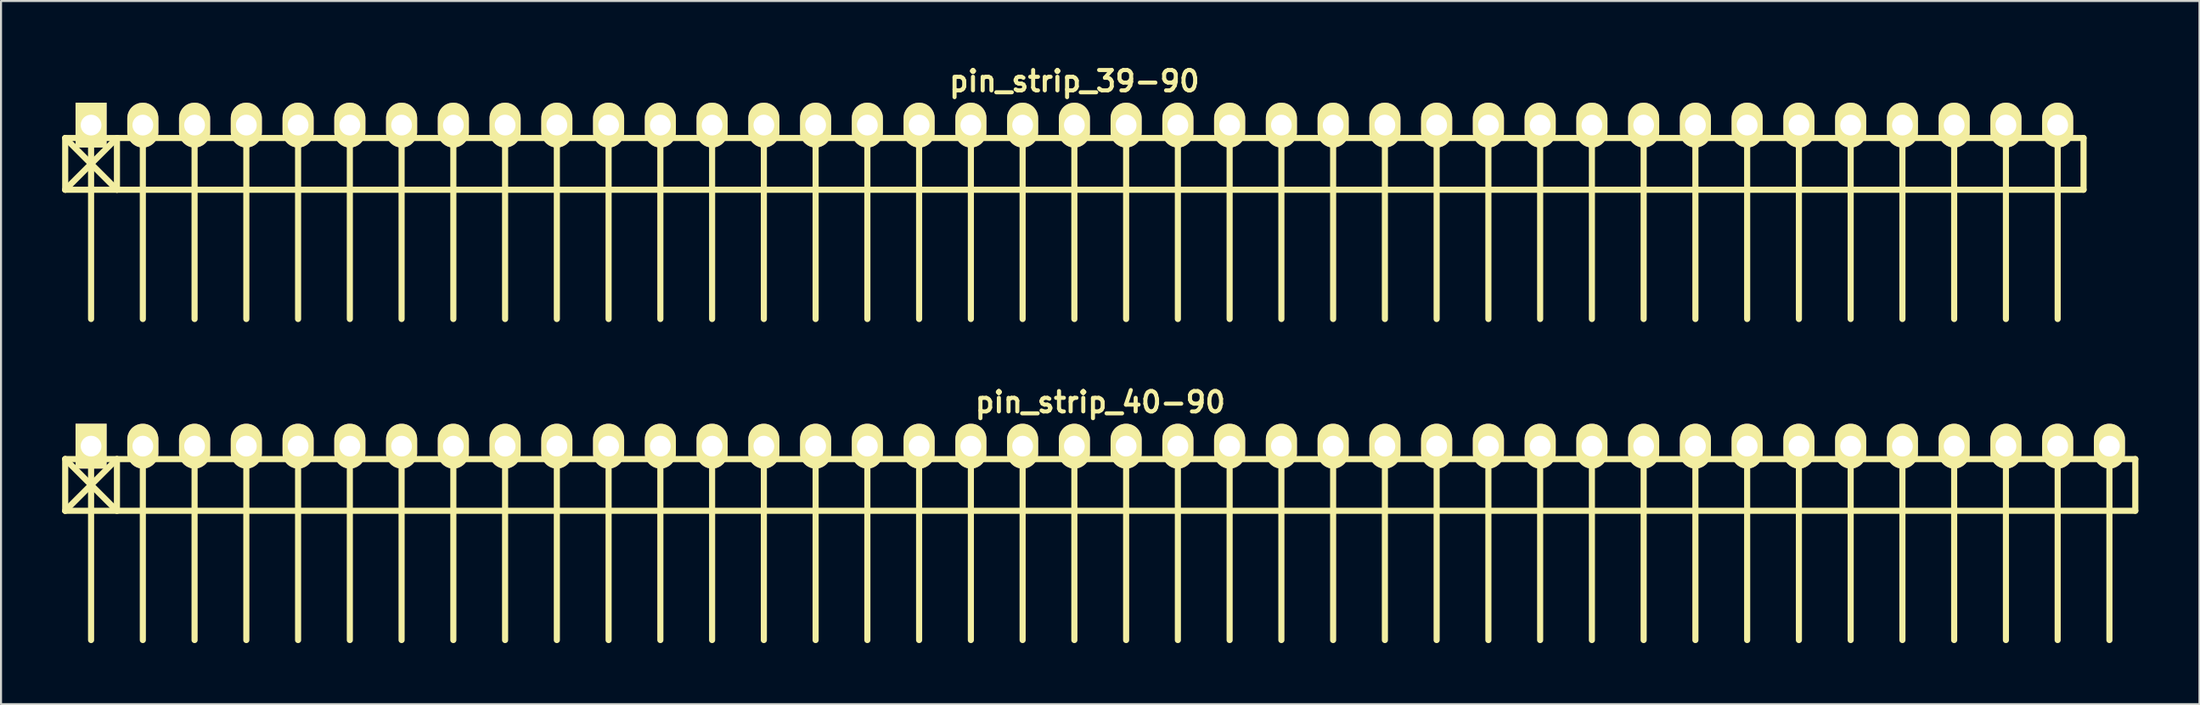
<source format=kicad_pcb>
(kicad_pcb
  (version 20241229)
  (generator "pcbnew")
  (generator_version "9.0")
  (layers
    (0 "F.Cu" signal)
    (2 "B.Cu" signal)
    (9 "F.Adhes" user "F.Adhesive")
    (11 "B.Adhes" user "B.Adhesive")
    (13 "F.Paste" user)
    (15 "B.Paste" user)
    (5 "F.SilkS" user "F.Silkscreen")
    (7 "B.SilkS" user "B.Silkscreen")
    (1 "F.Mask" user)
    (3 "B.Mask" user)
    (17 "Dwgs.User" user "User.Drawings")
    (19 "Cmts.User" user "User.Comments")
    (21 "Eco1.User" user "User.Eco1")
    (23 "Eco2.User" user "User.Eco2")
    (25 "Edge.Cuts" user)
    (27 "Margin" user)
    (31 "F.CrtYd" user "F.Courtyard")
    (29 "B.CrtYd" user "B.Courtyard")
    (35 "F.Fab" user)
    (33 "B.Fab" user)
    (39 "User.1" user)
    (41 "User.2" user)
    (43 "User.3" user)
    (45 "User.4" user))
  (footprint "pin_strip_39-90"
    (layer "F.Cu")
    (at 49.68 3.095)
    (property "Reference" "pin_strip_39-90" (at 0 -2.159 0) (layer "F.SilkS") (effects (font (size 1 1) (thickness 0.2))))
    (attr through_hole)
    (fp_line (start -49.53 0.635) (end 49.53 0.635) (stroke (width 0.3) (type solid)) (layer "F.SilkS"))
    (fp_line (start -49.53 3.175) (end -49.53 0.635) (stroke (width 0.3) (type solid)) (layer "F.SilkS"))
    (fp_line (start -49.53 3.175) (end -46.99 0.635) (stroke (width 0.3) (type solid)) (layer "F.SilkS"))
    (fp_line (start -48.26 0) (end -48.26 9.525) (stroke (width 0.3) (type solid)) (layer "F.SilkS"))
    (fp_line (start -46.99 0.635) (end -46.99 3.175) (stroke (width 0.3) (type solid)) (layer "F.SilkS"))
    (fp_line (start -46.99 3.175) (end -49.53 0.635) (stroke (width 0.3) (type solid)) (layer "F.SilkS"))
    (fp_line (start -45.72 0) (end -45.72 9.525) (stroke (width 0.3) (type solid)) (layer "F.SilkS"))
    (fp_line (start -43.18 9.525) (end -43.18 0) (stroke (width 0.3) (type solid)) (layer "F.SilkS"))
    (fp_line (start -40.64 0) (end -40.64 9.525) (stroke (width 0.3) (type solid)) (layer "F.SilkS"))
    (fp_line (start -38.1 0) (end -38.1 9.525) (stroke (width 0.3) (type solid)) (layer "F.SilkS"))
    (fp_line (start -35.56 0) (end -35.56 9.525) (stroke (width 0.3) (type solid)) (layer "F.SilkS"))
    (fp_line (start -33.02 0) (end -33.02 9.525) (stroke (width 0.3) (type solid)) (layer "F.SilkS"))
    (fp_line (start -30.48 0) (end -30.48 9.525) (stroke (width 0.3) (type solid)) (layer "F.SilkS"))
    (fp_line (start -27.94 0) (end -27.94 9.525) (stroke (width 0.3) (type solid)) (layer "F.SilkS"))
    (fp_line (start -25.4 0) (end -25.4 9.525) (stroke (width 0.3) (type solid)) (layer "F.SilkS"))
    (fp_line (start -22.86 0) (end -22.86 9.525) (stroke (width 0.3) (type solid)) (layer "F.SilkS"))
    (fp_line (start -20.32 0) (end -20.32 9.525) (stroke (width 0.3) (type solid)) (layer "F.SilkS"))
    (fp_line (start -17.78 9.525) (end -17.78 0) (stroke (width 0.3) (type solid)) (layer "F.SilkS"))
    (fp_line (start -15.24 0) (end -15.24 9.525) (stroke (width 0.3) (type solid)) (layer "F.SilkS"))
    (fp_line (start -12.7 0) (end -12.7 9.525) (stroke (width 0.3) (type solid)) (layer "F.SilkS"))
    (fp_line (start -10.16 0) (end -10.16 9.525) (stroke (width 0.3) (type solid)) (layer "F.SilkS"))
    (fp_line (start -7.62 0) (end -7.62 9.525) (stroke (width 0.3) (type solid)) (layer "F.SilkS"))
    (fp_line (start -5.08 0) (end -5.08 9.525) (stroke (width 0.3) (type solid)) (layer "F.SilkS"))
    (fp_line (start -2.54 0) (end -2.54 9.525) (stroke (width 0.3) (type solid)) (layer "F.SilkS"))
    (fp_line (start 0 0) (end 0 9.525) (stroke (width 0.3) (type solid)) (layer "F.SilkS"))
    (fp_line (start 2.54 0) (end 2.54 9.525) (stroke (width 0.3) (type solid)) (layer "F.SilkS"))
    (fp_line (start 5.08 0) (end 5.08 9.525) (stroke (width 0.3) (type solid)) (layer "F.SilkS"))
    (fp_line (start 7.62 9.525) (end 7.62 0) (stroke (width 0.3) (type solid)) (layer "F.SilkS"))
    (fp_line (start 10.16 0) (end 10.16 9.525) (stroke (width 0.3) (type solid)) (layer "F.SilkS"))
    (fp_line (start 12.7 0) (end 12.7 9.525) (stroke (width 0.3) (type solid)) (layer "F.SilkS"))
    (fp_line (start 15.24 0) (end 15.24 9.525) (stroke (width 0.3) (type solid)) (layer "F.SilkS"))
    (fp_line (start 17.78 0) (end 17.78 9.525) (stroke (width 0.3) (type solid)) (layer "F.SilkS"))
    (fp_line (start 20.32 0) (end 20.32 9.525) (stroke (width 0.3) (type solid)) (layer "F.SilkS"))
    (fp_line (start 22.86 0) (end 22.86 9.525) (stroke (width 0.3) (type solid)) (layer "F.SilkS"))
    (fp_line (start 25.4 0) (end 25.4 9.525) (stroke (width 0.3) (type solid)) (layer "F.SilkS"))
    (fp_line (start 27.94 0) (end 27.94 9.525) (stroke (width 0.3) (type solid)) (layer "F.SilkS"))
    (fp_line (start 30.48 0) (end 30.48 9.525) (stroke (width 0.3) (type solid)) (layer "F.SilkS"))
    (fp_line (start 33.02 9.525) (end 33.02 0) (stroke (width 0.3) (type solid)) (layer "F.SilkS"))
    (fp_line (start 35.56 0) (end 35.56 9.525) (stroke (width 0.3) (type solid)) (layer "F.SilkS"))
    (fp_line (start 38.1 0) (end 38.1 9.525) (stroke (width 0.3) (type solid)) (layer "F.SilkS"))
    (fp_line (start 40.64 0) (end 40.64 9.525) (stroke (width 0.3) (type solid)) (layer "F.SilkS"))
    (fp_line (start 43.18 0) (end 43.18 9.525) (stroke (width 0.3) (type solid)) (layer "F.SilkS"))
    (fp_line (start 45.72 0) (end 45.72 9.525) (stroke (width 0.3) (type solid)) (layer "F.SilkS"))
    (fp_line (start 48.26 0) (end 48.26 9.525) (stroke (width 0.3) (type solid)) (layer "F.SilkS"))
    (fp_line (start 49.53 0.635) (end 49.53 3.175) (stroke (width 0.3) (type solid)) (layer "F.SilkS"))
    (fp_line (start 49.53 3.175) (end -49.53 3.175) (stroke (width 0.3) (type solid)) (layer "F.SilkS"))
    (pad "1" thru_hole rect (at -48.26 0) (size 1.524 2.2) (drill 1.02) (layers "*.Cu" "*.Mask" "F.SilkS"))
    (pad "2" thru_hole oval (at -45.72 0) (size 1.524 2.2) (drill 1.02) (layers "*.Cu" "*.Mask" "F.SilkS"))
    (pad "3" thru_hole oval (at -43.18 0) (size 1.524 2.2) (drill 1.02) (layers "*.Cu" "*.Mask" "F.SilkS"))
    (pad "4" thru_hole oval (at -40.64 0) (size 1.524 2.2) (drill 1.02) (layers "*.Cu" "*.Mask" "F.SilkS"))
    (pad "5" thru_hole oval (at -38.1 0) (size 1.524 2.2) (drill 1.02) (layers "*.Cu" "*.Mask" "F.SilkS"))
    (pad "6" thru_hole oval (at -35.56 0) (size 1.524 2.2) (drill 1.02) (layers "*.Cu" "*.Mask" "F.SilkS"))
    (pad "7" thru_hole oval (at -33.02 0) (size 1.524 2.2) (drill 1.02) (layers "*.Cu" "*.Mask" "F.SilkS"))
    (pad "8" thru_hole oval (at -30.48 0) (size 1.524 2.2) (drill 1.02) (layers "*.Cu" "*.Mask" "F.SilkS"))
    (pad "9" thru_hole oval (at -27.94 0) (size 1.524 2.2) (drill 1.02) (layers "*.Cu" "*.Mask" "F.SilkS"))
    (pad "10" thru_hole oval (at -25.4 0) (size 1.524 2.2) (drill 1.02) (layers "*.Cu" "*.Mask" "F.SilkS"))
    (pad "11" thru_hole oval (at -22.86 0) (size 1.524 2.2) (drill 1.02) (layers "*.Cu" "*.Mask" "F.SilkS"))
    (pad "12" thru_hole oval (at -20.32 0) (size 1.524 2.2) (drill 1.02) (layers "*.Cu" "*.Mask" "F.SilkS"))
    (pad "13" thru_hole oval (at -17.78 0) (size 1.524 2.2) (drill 1.02) (layers "*.Cu" "*.Mask" "F.SilkS"))
    (pad "14" thru_hole oval (at -15.24 0) (size 1.524 2.2) (drill 1.02) (layers "*.Cu" "*.Mask" "F.SilkS"))
    (pad "15" thru_hole oval (at -12.7 0) (size 1.524 2.2) (drill 1.02) (layers "*.Cu" "*.Mask" "F.SilkS"))
    (pad "16" thru_hole oval (at -10.16 0) (size 1.524 2.2) (drill 1.02) (layers "*.Cu" "*.Mask" "F.SilkS"))
    (pad "17" thru_hole oval (at -7.62 0) (size 1.524 2.2) (drill 1.02) (layers "*.Cu" "*.Mask" "F.SilkS"))
    (pad "18" thru_hole oval (at -5.08 0) (size 1.524 2.2) (drill 1.02) (layers "*.Cu" "*.Mask" "F.SilkS"))
    (pad "19" thru_hole oval (at -2.54 0) (size 1.524 2.2) (drill 1.02) (layers "*.Cu" "*.Mask" "F.SilkS"))
    (pad "20" thru_hole oval (at 0 0) (size 1.524 2.2) (drill 1.02) (layers "*.Cu" "*.Mask" "F.SilkS"))
    (pad "21" thru_hole oval (at 2.54 0) (size 1.524 2.2) (drill 1.02) (layers "*.Cu" "*.Mask" "F.SilkS"))
    (pad "22" thru_hole oval (at 5.08 0) (size 1.524 2.2) (drill 1.02) (layers "*.Cu" "*.Mask" "F.SilkS"))
    (pad "23" thru_hole oval (at 7.62 0) (size 1.524 2.2) (drill 1.02) (layers "*.Cu" "*.Mask" "F.SilkS"))
    (pad "24" thru_hole oval (at 10.16 0) (size 1.524 2.2) (drill 1.02) (layers "*.Cu" "*.Mask" "F.SilkS"))
    (pad "25" thru_hole oval (at 12.7 0) (size 1.524 2.2) (drill 1.02) (layers "*.Cu" "*.Mask" "F.SilkS"))
    (pad "26" thru_hole oval (at 15.24 0) (size 1.524 2.2) (drill 1.02) (layers "*.Cu" "*.Mask" "F.SilkS"))
    (pad "27" thru_hole oval (at 17.78 0) (size 1.524 2.2) (drill 1.02) (layers "*.Cu" "*.Mask" "F.SilkS"))
    (pad "28" thru_hole oval (at 20.32 0) (size 1.524 2.2) (drill 1.02) (layers "*.Cu" "*.Mask" "F.SilkS"))
    (pad "29" thru_hole oval (at 22.86 0) (size 1.524 2.2) (drill 1.02) (layers "*.Cu" "*.Mask" "F.SilkS"))
    (pad "30" thru_hole oval (at 25.4 0) (size 1.524 2.2) (drill 1.02) (layers "*.Cu" "*.Mask" "F.SilkS"))
    (pad "31" thru_hole oval (at 27.94 0) (size 1.524 2.2) (drill 1.02) (layers "*.Cu" "*.Mask" "F.SilkS"))
    (pad "32" thru_hole oval (at 30.48 0) (size 1.524 2.2) (drill 1.02) (layers "*.Cu" "*.Mask" "F.SilkS"))
    (pad "33" thru_hole oval (at 33.02 0) (size 1.524 2.2) (drill 1.02) (layers "*.Cu" "*.Mask" "F.SilkS"))
    (pad "34" thru_hole oval (at 35.56 0) (size 1.524 2.2) (drill 1.02) (layers "*.Cu" "*.Mask" "F.SilkS"))
    (pad "35" thru_hole oval (at 38.1 0) (size 1.524 2.2) (drill 1.02) (layers "*.Cu" "*.Mask" "F.SilkS"))
    (pad "36" thru_hole oval (at 40.64 0) (size 1.524 2.2) (drill 1.02) (layers "*.Cu" "*.Mask" "F.SilkS"))
    (pad "37" thru_hole oval (at 43.18 0) (size 1.524 2.2) (drill 1.02) (layers "*.Cu" "*.Mask" "F.SilkS"))
    (pad "38" thru_hole oval (at 45.72 0) (size 1.524 2.2) (drill 1.02) (layers "*.Cu" "*.Mask" "F.SilkS"))
    (pad "39" thru_hole oval (at 48.26 0) (size 1.524 2.2) (drill 1.02) (layers "*.Cu" "*.Mask" "F.SilkS")))
  (footprint "pin_strip_40-90"
    (layer "F.Cu")
    (at 50.95 18.865)
    (property "Reference" "pin_strip_40-90" (at 0 -2.159 0) (layer "F.SilkS") (effects (font (size 1 1) (thickness 0.2))))
    (attr through_hole)
    (fp_line (start -50.8 0.635) (end 50.8 0.635) (stroke (width 0.3) (type solid)) (layer "F.SilkS"))
    (fp_line (start -50.8 3.175) (end -50.8 0.635) (stroke (width 0.3) (type solid)) (layer "F.SilkS"))
    (fp_line (start -50.8 3.175) (end -48.26 0.635) (stroke (width 0.3) (type solid)) (layer "F.SilkS"))
    (fp_line (start -49.53 0) (end -49.53 9.525) (stroke (width 0.3) (type solid)) (layer "F.SilkS"))
    (fp_line (start -48.26 0.635) (end -48.26 3.175) (stroke (width 0.3) (type solid)) (layer "F.SilkS"))
    (fp_line (start -48.26 3.175) (end -50.8 0.635) (stroke (width 0.3) (type solid)) (layer "F.SilkS"))
    (fp_line (start -46.99 0) (end -46.99 9.525) (stroke (width 0.3) (type solid)) (layer "F.SilkS"))
    (fp_line (start -44.45 9.525) (end -44.45 0) (stroke (width 0.3) (type solid)) (layer "F.SilkS"))
    (fp_line (start -41.91 0) (end -41.91 9.525) (stroke (width 0.3) (type solid)) (layer "F.SilkS"))
    (fp_line (start -39.37 0) (end -39.37 9.525) (stroke (width 0.3) (type solid)) (layer "F.SilkS"))
    (fp_line (start -36.83 0) (end -36.83 9.525) (stroke (width 0.3) (type solid)) (layer "F.SilkS"))
    (fp_line (start -34.29 0) (end -34.29 9.525) (stroke (width 0.3) (type solid)) (layer "F.SilkS"))
    (fp_line (start -31.75 0) (end -31.75 9.525) (stroke (width 0.3) (type solid)) (layer "F.SilkS"))
    (fp_line (start -29.21 0) (end -29.21 9.525) (stroke (width 0.3) (type solid)) (layer "F.SilkS"))
    (fp_line (start -26.67 0) (end -26.67 9.525) (stroke (width 0.3) (type solid)) (layer "F.SilkS"))
    (fp_line (start -24.13 0) (end -24.13 9.525) (stroke (width 0.3) (type solid)) (layer "F.SilkS"))
    (fp_line (start -21.59 0) (end -21.59 9.525) (stroke (width 0.3) (type solid)) (layer "F.SilkS"))
    (fp_line (start -19.05 9.525) (end -19.05 0) (stroke (width 0.3) (type solid)) (layer "F.SilkS"))
    (fp_line (start -16.51 0) (end -16.51 9.525) (stroke (width 0.3) (type solid)) (layer "F.SilkS"))
    (fp_line (start -13.97 0) (end -13.97 9.525) (stroke (width 0.3) (type solid)) (layer "F.SilkS"))
    (fp_line (start -11.43 0) (end -11.43 9.525) (stroke (width 0.3) (type solid)) (layer "F.SilkS"))
    (fp_line (start -8.89 0) (end -8.89 9.525) (stroke (width 0.3) (type solid)) (layer "F.SilkS"))
    (fp_line (start -6.35 0) (end -6.35 9.525) (stroke (width 0.3) (type solid)) (layer "F.SilkS"))
    (fp_line (start -3.81 0) (end -3.81 9.525) (stroke (width 0.3) (type solid)) (layer "F.SilkS"))
    (fp_line (start -1.27 0) (end -1.27 9.525) (stroke (width 0.3) (type solid)) (layer "F.SilkS"))
    (fp_line (start 1.27 0) (end 1.27 9.525) (stroke (width 0.3) (type solid)) (layer "F.SilkS"))
    (fp_line (start 3.81 0) (end 3.81 9.525) (stroke (width 0.3) (type solid)) (layer "F.SilkS"))
    (fp_line (start 6.35 9.525) (end 6.35 0) (stroke (width 0.3) (type solid)) (layer "F.SilkS"))
    (fp_line (start 8.89 0) (end 8.89 9.525) (stroke (width 0.3) (type solid)) (layer "F.SilkS"))
    (fp_line (start 11.43 0) (end 11.43 9.525) (stroke (width 0.3) (type solid)) (layer "F.SilkS"))
    (fp_line (start 13.97 0) (end 13.97 9.525) (stroke (width 0.3) (type solid)) (layer "F.SilkS"))
    (fp_line (start 16.51 0) (end 16.51 9.525) (stroke (width 0.3) (type solid)) (layer "F.SilkS"))
    (fp_line (start 19.05 0) (end 19.05 9.525) (stroke (width 0.3) (type solid)) (layer "F.SilkS"))
    (fp_line (start 21.59 0) (end 21.59 9.525) (stroke (width 0.3) (type solid)) (layer "F.SilkS"))
    (fp_line (start 24.13 0) (end 24.13 9.525) (stroke (width 0.3) (type solid)) (layer "F.SilkS"))
    (fp_line (start 26.67 0) (end 26.67 9.525) (stroke (width 0.3) (type solid)) (layer "F.SilkS"))
    (fp_line (start 29.21 0) (end 29.21 9.525) (stroke (width 0.3) (type solid)) (layer "F.SilkS"))
    (fp_line (start 31.75 9.525) (end 31.75 0) (stroke (width 0.3) (type solid)) (layer "F.SilkS"))
    (fp_line (start 34.29 0) (end 34.29 9.525) (stroke (width 0.3) (type solid)) (layer "F.SilkS"))
    (fp_line (start 36.83 0) (end 36.83 9.525) (stroke (width 0.3) (type solid)) (layer "F.SilkS"))
    (fp_line (start 39.37 0) (end 39.37 9.525) (stroke (width 0.3) (type solid)) (layer "F.SilkS"))
    (fp_line (start 41.91 0) (end 41.91 9.525) (stroke (width 0.3) (type solid)) (layer "F.SilkS"))
    (fp_line (start 44.45 0) (end 44.45 9.525) (stroke (width 0.3) (type solid)) (layer "F.SilkS"))
    (fp_line (start 46.99 0) (end 46.99 9.525) (stroke (width 0.3) (type solid)) (layer "F.SilkS"))
    (fp_line (start 49.53 0) (end 49.53 9.525) (stroke (width 0.3) (type solid)) (layer "F.SilkS"))
    (fp_line (start 50.8 0.635) (end 50.8 3.175) (stroke (width 0.3) (type solid)) (layer "F.SilkS"))
    (fp_line (start 50.8 3.175) (end -50.8 3.175) (stroke (width 0.3) (type solid)) (layer "F.SilkS"))
    (pad "1" thru_hole rect (at -49.53 0) (size 1.524 2.2) (drill 1.02) (layers "*.Cu" "*.Mask" "F.SilkS"))
    (pad "2" thru_hole oval (at -46.99 0) (size 1.524 2.2) (drill 1.02) (layers "*.Cu" "*.Mask" "F.SilkS"))
    (pad "3" thru_hole oval (at -44.45 0) (size 1.524 2.2) (drill 1.02) (layers "*.Cu" "*.Mask" "F.SilkS"))
    (pad "4" thru_hole oval (at -41.91 0) (size 1.524 2.2) (drill 1.02) (layers "*.Cu" "*.Mask" "F.SilkS"))
    (pad "5" thru_hole oval (at -39.37 0) (size 1.524 2.2) (drill 1.02) (layers "*.Cu" "*.Mask" "F.SilkS"))
    (pad "6" thru_hole oval (at -36.83 0) (size 1.524 2.2) (drill 1.02) (layers "*.Cu" "*.Mask" "F.SilkS"))
    (pad "7" thru_hole oval (at -34.29 0) (size 1.524 2.2) (drill 1.02) (layers "*.Cu" "*.Mask" "F.SilkS"))
    (pad "8" thru_hole oval (at -31.75 0) (size 1.524 2.2) (drill 1.02) (layers "*.Cu" "*.Mask" "F.SilkS"))
    (pad "9" thru_hole oval (at -29.21 0) (size 1.524 2.2) (drill 1.02) (layers "*.Cu" "*.Mask" "F.SilkS"))
    (pad "10" thru_hole oval (at -26.67 0) (size 1.524 2.2) (drill 1.02) (layers "*.Cu" "*.Mask" "F.SilkS"))
    (pad "11" thru_hole oval (at -24.13 0) (size 1.524 2.2) (drill 1.02) (layers "*.Cu" "*.Mask" "F.SilkS"))
    (pad "12" thru_hole oval (at -21.59 0) (size 1.524 2.2) (drill 1.02) (layers "*.Cu" "*.Mask" "F.SilkS"))
    (pad "13" thru_hole oval (at -19.05 0) (size 1.524 2.2) (drill 1.02) (layers "*.Cu" "*.Mask" "F.SilkS"))
    (pad "14" thru_hole oval (at -16.51 0) (size 1.524 2.2) (drill 1.02) (layers "*.Cu" "*.Mask" "F.SilkS"))
    (pad "15" thru_hole oval (at -13.97 0) (size 1.524 2.2) (drill 1.02) (layers "*.Cu" "*.Mask" "F.SilkS"))
    (pad "16" thru_hole oval (at -11.43 0) (size 1.524 2.2) (drill 1.02) (layers "*.Cu" "*.Mask" "F.SilkS"))
    (pad "17" thru_hole oval (at -8.89 0) (size 1.524 2.2) (drill 1.02) (layers "*.Cu" "*.Mask" "F.SilkS"))
    (pad "18" thru_hole oval (at -6.35 0) (size 1.524 2.2) (drill 1.02) (layers "*.Cu" "*.Mask" "F.SilkS"))
    (pad "19" thru_hole oval (at -3.81 0) (size 1.524 2.2) (drill 1.02) (layers "*.Cu" "*.Mask" "F.SilkS"))
    (pad "20" thru_hole oval (at -1.27 0) (size 1.524 2.2) (drill 1.02) (layers "*.Cu" "*.Mask" "F.SilkS"))
    (pad "21" thru_hole oval (at 1.27 0) (size 1.524 2.2) (drill 1.02) (layers "*.Cu" "*.Mask" "F.SilkS"))
    (pad "22" thru_hole oval (at 3.81 0) (size 1.524 2.2) (drill 1.02) (layers "*.Cu" "*.Mask" "F.SilkS"))
    (pad "23" thru_hole oval (at 6.35 0) (size 1.524 2.2) (drill 1.02) (layers "*.Cu" "*.Mask" "F.SilkS"))
    (pad "24" thru_hole oval (at 8.89 0) (size 1.524 2.2) (drill 1.02) (layers "*.Cu" "*.Mask" "F.SilkS"))
    (pad "25" thru_hole oval (at 11.43 0) (size 1.524 2.2) (drill 1.02) (layers "*.Cu" "*.Mask" "F.SilkS"))
    (pad "26" thru_hole oval (at 13.97 0) (size 1.524 2.2) (drill 1.02) (layers "*.Cu" "*.Mask" "F.SilkS"))
    (pad "27" thru_hole oval (at 16.51 0) (size 1.524 2.2) (drill 1.02) (layers "*.Cu" "*.Mask" "F.SilkS"))
    (pad "28" thru_hole oval (at 19.05 0) (size 1.524 2.2) (drill 1.02) (layers "*.Cu" "*.Mask" "F.SilkS"))
    (pad "29" thru_hole oval (at 21.59 0) (size 1.524 2.2) (drill 1.02) (layers "*.Cu" "*.Mask" "F.SilkS"))
    (pad "30" thru_hole oval (at 24.13 0) (size 1.524 2.2) (drill 1.02) (layers "*.Cu" "*.Mask" "F.SilkS"))
    (pad "31" thru_hole oval (at 26.67 0) (size 1.524 2.2) (drill 1.02) (layers "*.Cu" "*.Mask" "F.SilkS"))
    (pad "32" thru_hole oval (at 29.21 0) (size 1.524 2.2) (drill 1.02) (layers "*.Cu" "*.Mask" "F.SilkS"))
    (pad "33" thru_hole oval (at 31.75 0) (size 1.524 2.2) (drill 1.02) (layers "*.Cu" "*.Mask" "F.SilkS"))
    (pad "34" thru_hole oval (at 34.29 0) (size 1.524 2.2) (drill 1.02) (layers "*.Cu" "*.Mask" "F.SilkS"))
    (pad "35" thru_hole oval (at 36.83 0) (size 1.524 2.2) (drill 1.02) (layers "*.Cu" "*.Mask" "F.SilkS"))
    (pad "36" thru_hole oval (at 39.37 0) (size 1.524 2.2) (drill 1.02) (layers "*.Cu" "*.Mask" "F.SilkS"))
    (pad "37" thru_hole oval (at 41.91 0) (size 1.524 2.2) (drill 1.02) (layers "*.Cu" "*.Mask" "F.SilkS"))
    (pad "38" thru_hole oval (at 44.45 0) (size 1.524 2.2) (drill 1.02) (layers "*.Cu" "*.Mask" "F.SilkS"))
    (pad "39" thru_hole oval (at 46.99 0) (size 1.524 2.2) (drill 1.02) (layers "*.Cu" "*.Mask" "F.SilkS"))
    (pad "40" thru_hole oval (at 49.53 0) (size 1.524 2.2) (drill 1.02) (layers "*.Cu" "*.Mask" "F.SilkS")))
  (gr_rect
    (start -3 -3)
    (end 104.9 31.54)
    (stroke (width 0.1) (type default))
    (fill no)
    (layer "Edge.Cuts")))
</source>
